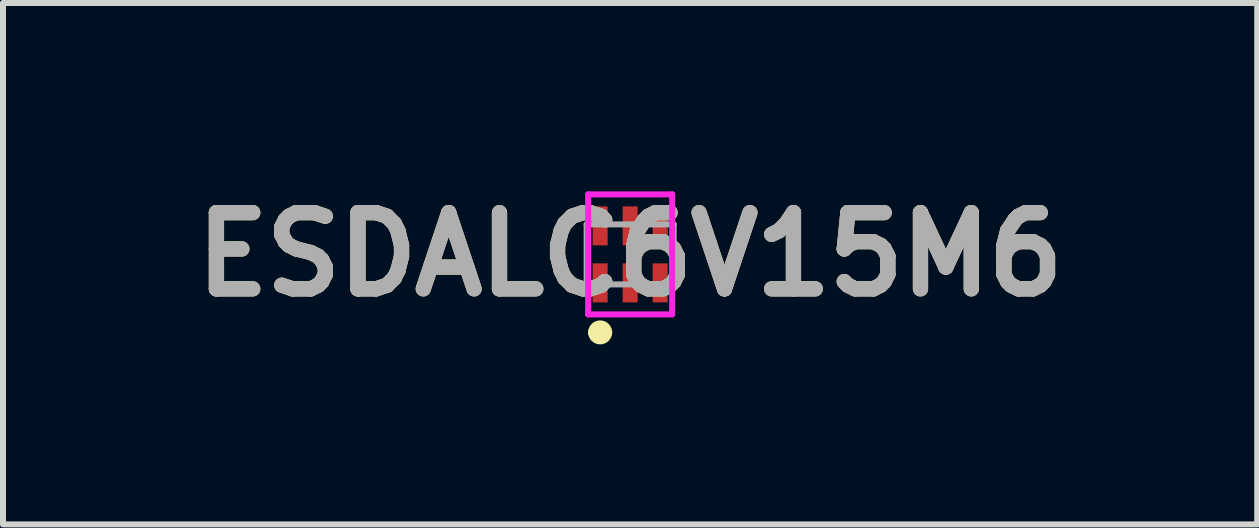
<source format=kicad_pcb>
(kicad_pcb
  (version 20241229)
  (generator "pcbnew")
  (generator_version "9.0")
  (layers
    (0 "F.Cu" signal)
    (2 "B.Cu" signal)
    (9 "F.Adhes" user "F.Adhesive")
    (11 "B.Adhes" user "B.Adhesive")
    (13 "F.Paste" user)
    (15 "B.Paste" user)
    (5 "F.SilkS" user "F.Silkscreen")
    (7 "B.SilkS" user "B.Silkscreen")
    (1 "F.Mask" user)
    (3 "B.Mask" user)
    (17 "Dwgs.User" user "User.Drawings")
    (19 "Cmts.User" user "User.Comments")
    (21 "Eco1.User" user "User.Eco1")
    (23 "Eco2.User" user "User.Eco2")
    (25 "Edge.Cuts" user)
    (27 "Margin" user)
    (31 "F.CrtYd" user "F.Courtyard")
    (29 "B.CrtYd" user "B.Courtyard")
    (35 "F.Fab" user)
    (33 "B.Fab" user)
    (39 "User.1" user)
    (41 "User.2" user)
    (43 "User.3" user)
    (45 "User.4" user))
  (footprint "ESDALC6V15M6"
    (layer "F.Cu")
    (at 7.451 1.189)
    (property "Reference" "ESDALC6V15M6" (at 0 0 0) (layer "F.SilkS") (effects (font (size 1.27 1.27) (thickness 0.254))))
    (attr smd)
    (fp_line (start -0.6 1.3) (end -0.6 1.3) (stroke (width 0.2) (type solid)) (layer "F.SilkS"))
    (fp_line (start -0.4 1.3) (end -0.4 1.3) (stroke (width 0.2) (type solid)) (layer "F.SilkS"))
    (fp_arc (start -0.6 1.3) (mid -0.5 1.2) (end -0.4 1.3) (stroke (width 0.2) (type solid)) (layer "F.SilkS"))
    (fp_arc (start -0.4 1.3) (mid -0.5 1.4) (end -0.6 1.3) (stroke (width 0.2) (type solid)) (layer "F.SilkS"))
    (fp_line (start -0.7 -1) (end 0.7 -1) (stroke (width 0.1) (type solid)) (layer "F.CrtYd"))
    (fp_line (start -0.7 1) (end -0.7 -1) (stroke (width 0.1) (type solid)) (layer "F.CrtYd"))
    (fp_line (start 0.7 -1) (end 0.7 1) (stroke (width 0.1) (type solid)) (layer "F.CrtYd"))
    (fp_line (start 0.7 1) (end -0.7 1) (stroke (width 0.1) (type solid)) (layer "F.CrtYd"))
    (fp_line (start -0.725 -0.5) (end 0.725 -0.5) (stroke (width 0.1) (type solid)) (layer "F.Fab"))
    (fp_line (start -0.725 0.5) (end -0.725 -0.5) (stroke (width 0.1) (type solid)) (layer "F.Fab"))
    (fp_line (start 0.725 -0.5) (end 0.725 0.5) (stroke (width 0.1) (type solid)) (layer "F.Fab"))
    (fp_line (start 0.725 0.5) (end -0.725 0.5) (stroke (width 0.1) (type solid)) (layer "F.Fab"))
    (fp_text user "${REFERENCE}" (at 0 0 0) (layer "F.Fab") (effects (font (size 1.27 1.27) (thickness 0.254))))
    (pad "1" smd rect (at -0.5 0.475) (size 0.25 0.65) (layers "F.Cu" "F.Mask" "F.Paste"))
    (pad "2" smd rect (at 0 0.475) (size 0.25 0.65) (layers "F.Cu" "F.Mask" "F.Paste"))
    (pad "3" smd rect (at 0.5 0.475) (size 0.25 0.65) (layers "F.Cu" "F.Mask" "F.Paste"))
    (pad "4" smd rect (at 0.5 -0.475) (size 0.25 0.65) (layers "F.Cu" "F.Mask" "F.Paste"))
    (pad "5" smd rect (at 0 -0.475) (size 0.25 0.65) (layers "F.Cu" "F.Mask" "F.Paste"))
    (pad "6" smd rect (at -0.5 -0.475) (size 0.25 0.65) (layers "F.Cu" "F.Mask" "F.Paste")))
  (gr_rect
    (start -3 -3)
    (end 17.901 5.689)
    (stroke (width 0.1) (type default))
    (fill no)
    (layer "Edge.Cuts")))
</source>
